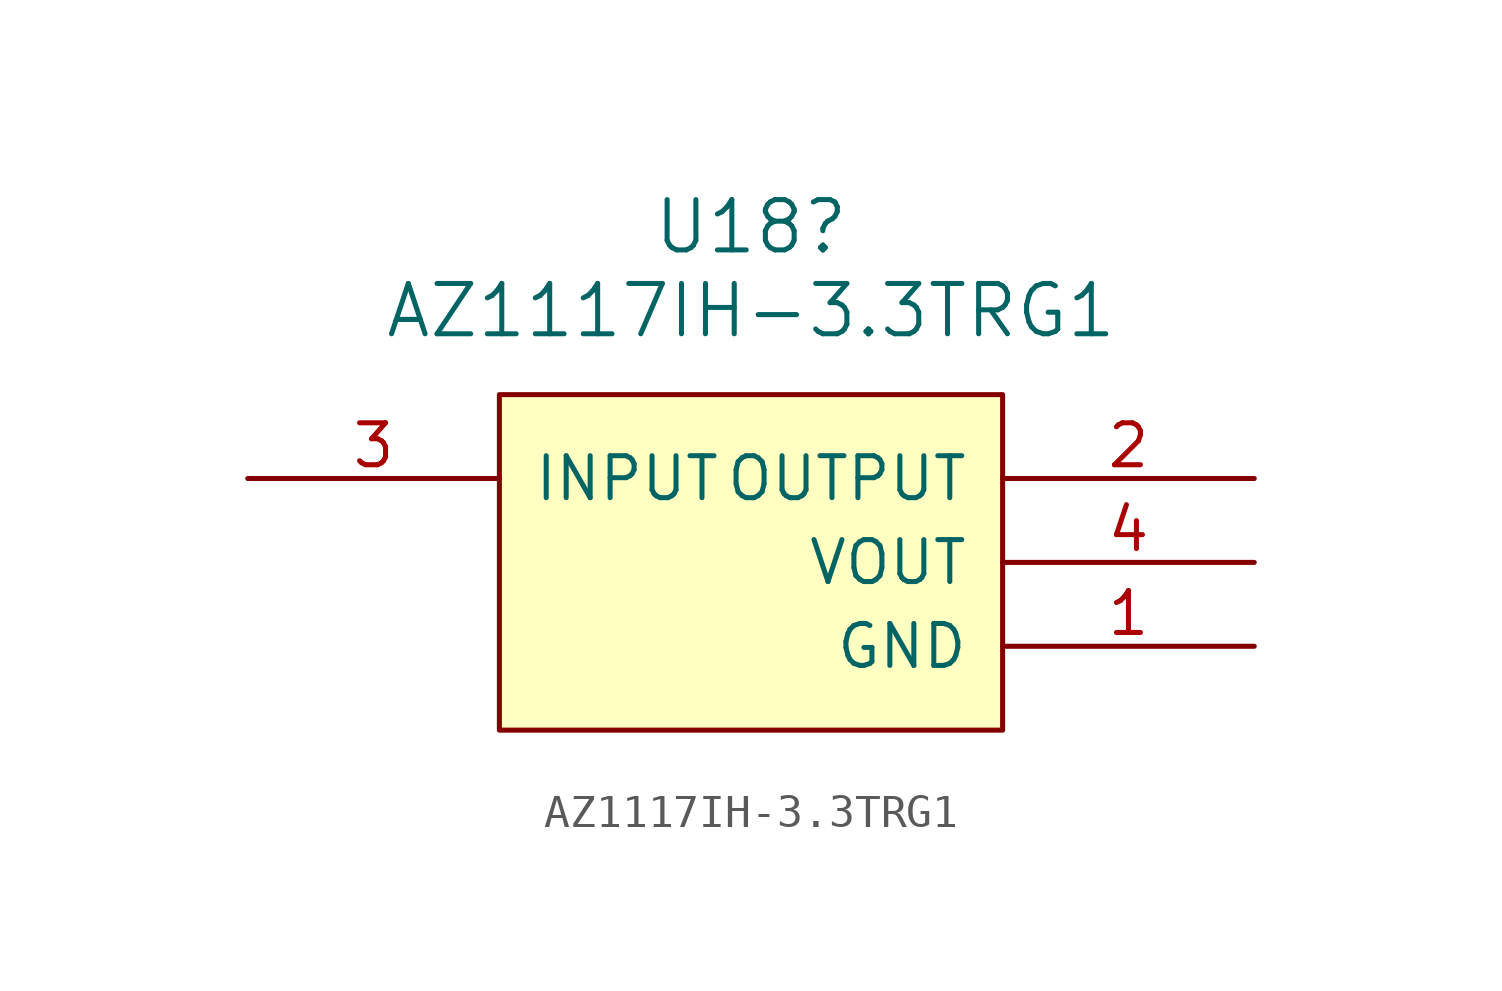
<source format=kicad_sym>
(kicad_symbol_lib
  (version 20220914)
  (generator kicad_symbol_editor)
  (symbol "AZ1117IH-3.3TRG1"
    (pin_names
      (offset 1.016))
    (property "Reference" "U18"
      (at 0 10.16 0)
      (effects (font (size 1.524 1.524))))
    (property "Value" "AZ1117IH-3.3TRG1"
      (at 0 7.62 0)
      (effects (font (size 1.524 1.524))))
    (symbol "AZ1117IH-3.3TRG1_1_0"
      (rectangle (start -7.62 5.08) (end 7.62 -5.08) (stroke (width 0) (type default)) (fill (type background)))
      (pin power_in line (at 15.24 -2.54 180) (length 7.62) (name "GND" (effects (font (size 1.27 1.27)))) (number "1" (effects (font (size 1.27 1.27)))))
      (pin output line (at 15.24 2.54 180) (length 7.62) (name "OUTPUT" (effects (font (size 1.27 1.27)))) (number "2" (effects (font (size 1.27 1.27)))))
      (pin input line (at -15.24 2.54 0) (length 7.62) (name "INPUT" (effects (font (size 1.27 1.27)))) (number "3" (effects (font (size 1.27 1.27)))))
      (pin output line (at 15.24 0 180) (length 7.62) (name "VOUT" (effects (font (size 1.27 1.27)))) (number "4" (effects (font (size 1.27 1.27))))))))
</source>
